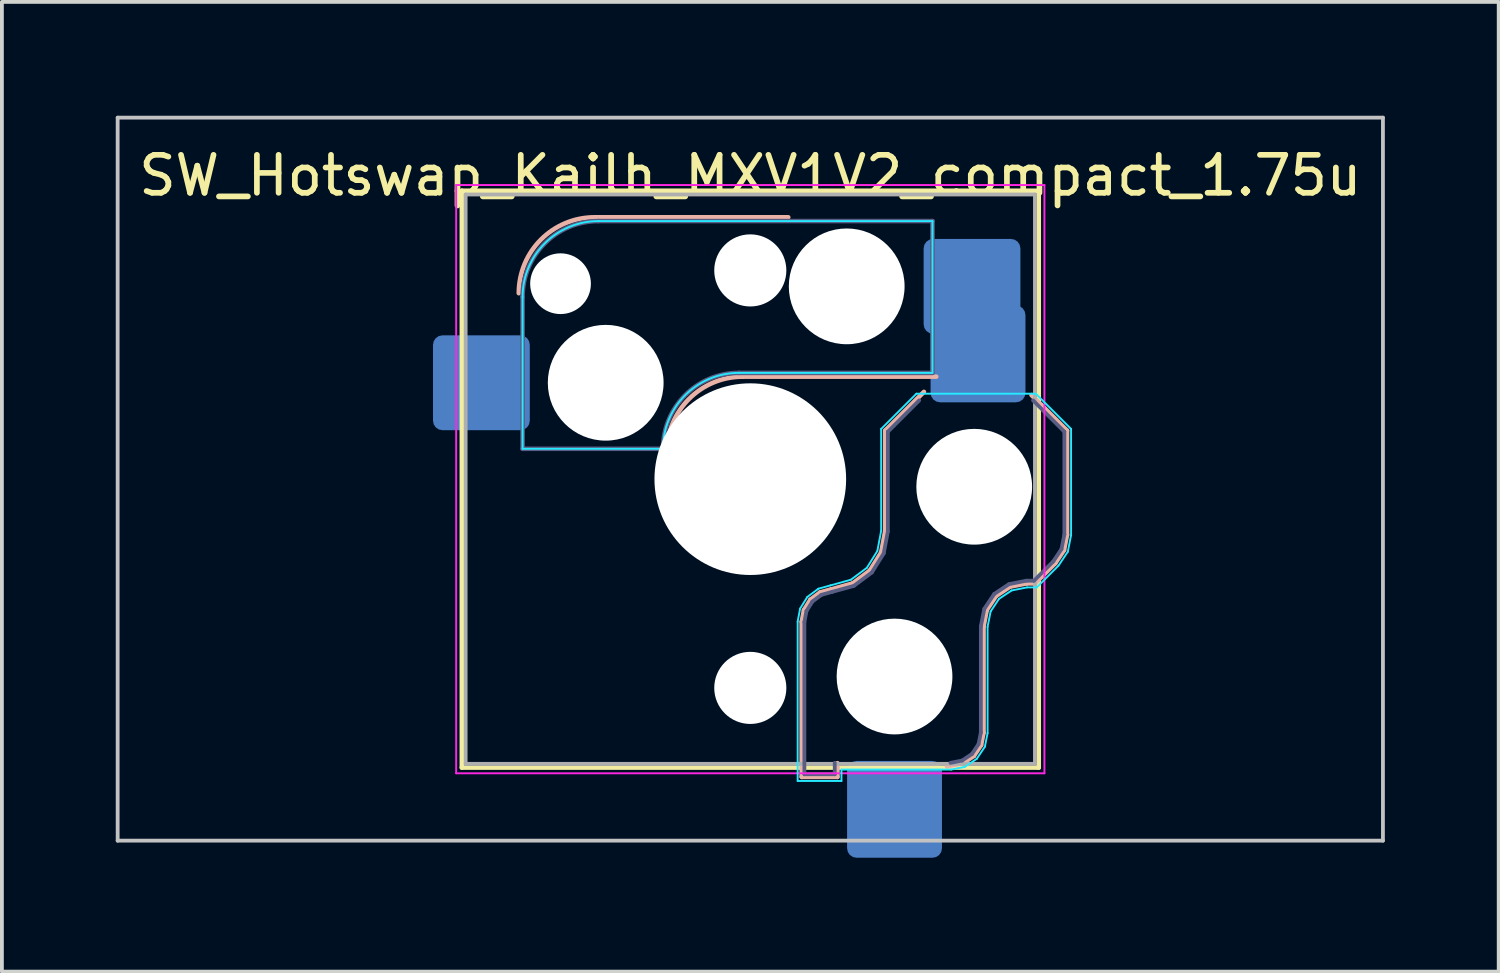
<source format=kicad_pcb>
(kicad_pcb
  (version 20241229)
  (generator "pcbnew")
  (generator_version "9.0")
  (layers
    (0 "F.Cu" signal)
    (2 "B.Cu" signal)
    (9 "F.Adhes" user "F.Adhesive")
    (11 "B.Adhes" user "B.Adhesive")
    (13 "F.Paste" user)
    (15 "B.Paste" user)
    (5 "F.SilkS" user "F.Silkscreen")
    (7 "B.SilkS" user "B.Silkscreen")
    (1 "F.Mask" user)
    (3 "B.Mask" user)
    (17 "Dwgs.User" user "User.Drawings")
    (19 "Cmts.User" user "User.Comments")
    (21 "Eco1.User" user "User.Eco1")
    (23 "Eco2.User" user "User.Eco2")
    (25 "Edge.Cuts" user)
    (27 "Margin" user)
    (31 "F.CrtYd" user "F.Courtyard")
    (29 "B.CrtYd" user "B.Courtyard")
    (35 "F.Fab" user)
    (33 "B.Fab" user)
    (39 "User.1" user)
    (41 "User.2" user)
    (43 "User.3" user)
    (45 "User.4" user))
  (footprint "SW_Hotswap_Kailh_MXV1V2_compact_1.75u"
    (layer "F.Cu")
    (at 16.719 9.575)
    (property "Reference" "SW_Hotswap_Kailh_MXV1V2_compact_1.75u" (at 0 -8 0) (layer "F.SilkS") (effects (font (size 1 1) (thickness 0.15))))
    (attr smd)
    (fp_line (start -7.6 -7.6) (end -7.6 7.6) (stroke (width 0.12) (type solid)) (layer "F.SilkS"))
    (fp_line (start -7.6 7.6) (end 7.6 7.6) (stroke (width 0.12) (type solid)) (layer "F.SilkS"))
    (fp_line (start 7.6 -7.6) (end -7.6 -7.6) (stroke (width 0.12) (type solid)) (layer "F.SilkS"))
    (fp_line (start 7.6 7.6) (end 7.6 -7.6) (stroke (width 0.12) (type solid)) (layer "F.SilkS"))
    (fp_line (start -4.1 -6.9) (end 1 -6.9) (stroke (width 0.12) (type solid)) (layer "B.SilkS"))
    (fp_line (start -0.2 -2.7) (end 4.9 -2.7) (stroke (width 0.12) (type solid)) (layer "B.SilkS"))
    (fp_line (start 1.354 3.76) (end 1.413 3.45) (stroke (width 0.12) (type solid)) (layer "B.SilkS"))
    (fp_line (start 1.354 7.846) (end 1.354 3.76) (stroke (width 0.12) (type solid)) (layer "B.SilkS"))
    (fp_line (start 1.413 3.45) (end 1.583 3.176) (stroke (width 0.12) (type solid)) (layer "B.SilkS"))
    (fp_line (start 1.583 3.176) (end 1.841 2.983) (stroke (width 0.12) (type solid)) (layer "B.SilkS"))
    (fp_line (start 1.841 2.983) (end 2.139 2.901) (stroke (width 0.12) (type solid)) (layer "B.SilkS"))
    (fp_line (start 2.139 2.901) (end 2.697 2.747) (stroke (width 0.12) (type solid)) (layer "B.SilkS"))
    (fp_line (start 2.296 7.483) (end 2.296 7.846) (stroke (width 0.12) (type solid)) (layer "B.SilkS"))
    (fp_line (start 2.296 7.846) (end 1.354 7.846) (stroke (width 0.12) (type solid)) (layer "B.SilkS"))
    (fp_line (start 2.697 2.747) (end 3.15 2.409) (stroke (width 0.12) (type solid)) (layer "B.SilkS"))
    (fp_line (start 3.15 2.409) (end 3.449 1.93) (stroke (width 0.12) (type solid)) (layer "B.SilkS"))
    (fp_line (start 3.449 1.93) (end 3.554 1.368) (stroke (width 0.12) (type solid)) (layer "B.SilkS"))
    (fp_line (start 3.554 -1.279) (end 4.575 -2.3) (stroke (width 0.12) (type solid)) (layer "B.SilkS"))
    (fp_line (start 3.554 1.368) (end 3.554 -1.279) (stroke (width 0.12) (type solid)) (layer "B.SilkS"))
    (fp_line (start 5.609 7.481) (end 5.182 7.566) (stroke (width 0.12) (type solid)) (layer "B.SilkS"))
    (fp_line (start 5.892 7.292) (end 5.609 7.481) (stroke (width 0.12) (type solid)) (layer "B.SilkS"))
    (fp_line (start 6.081 7.009) (end 5.892 7.292) (stroke (width 0.12) (type solid)) (layer "B.SilkS"))
    (fp_line (start 6.146 3.882) (end 6.146 6.682) (stroke (width 0.12) (type solid)) (layer "B.SilkS"))
    (fp_line (start 6.146 6.682) (end 6.081 7.009) (stroke (width 0.12) (type solid)) (layer "B.SilkS"))
    (fp_line (start 6.233 3.444) (end 6.146 3.882) (stroke (width 0.12) (type solid)) (layer "B.SilkS"))
    (fp_line (start 6.477 3.077) (end 6.233 3.444) (stroke (width 0.12) (type solid)) (layer "B.SilkS"))
    (fp_line (start 6.844 2.833) (end 6.477 3.077) (stroke (width 0.12) (type solid)) (layer "B.SilkS"))
    (fp_line (start 7.282 2.746) (end 6.844 2.833) (stroke (width 0.12) (type solid)) (layer "B.SilkS"))
    (fp_line (start 7.409 -2.216) (end 8.346 -1.279) (stroke (width 0.12) (type solid)) (layer "B.SilkS"))
    (fp_line (start 7.504 2.746) (end 7.282 2.746) (stroke (width 0.12) (type solid)) (layer "B.SilkS"))
    (fp_line (start 8.037 2.213) (end 7.504 2.746) (stroke (width 0.12) (type solid)) (layer "B.SilkS"))
    (fp_line (start 8.266 1.871) (end 8.037 2.213) (stroke (width 0.12) (type solid)) (layer "B.SilkS"))
    (fp_line (start 8.346 -1.279) (end 8.346 1.468) (stroke (width 0.12) (type solid)) (layer "B.SilkS"))
    (fp_line (start 8.346 1.468) (end 8.266 1.871) (stroke (width 0.12) (type solid)) (layer "B.SilkS"))
    (fp_arc (start -6.1 -4.9) (mid -5.514214 -6.314214) (end -4.1 -6.9) (stroke (width 0.12) (type solid)) (layer "B.SilkS"))
    (fp_arc (start -2.2 -0.7) (mid -1.614214 -2.114214) (end -0.2 -2.7) (stroke (width 0.12) (type solid)) (layer "B.SilkS"))
    (fp_line (start -16.669 -9.525) (end -16.669 9.525) (stroke (width 0.1) (type solid)) (layer "Dwgs.User"))
    (fp_line (start -16.669 9.525) (end 16.669 9.525) (stroke (width 0.1) (type solid)) (layer "Dwgs.User"))
    (fp_line (start 16.669 -9.525) (end -16.669 -9.525) (stroke (width 0.1) (type solid)) (layer "Dwgs.User"))
    (fp_line (start 16.669 9.525) (end 16.669 -9.525) (stroke (width 0.1) (type solid)) (layer "Dwgs.User"))
    (fp_line (start -6 -0.8) (end -6 -4.8) (stroke (width 0.05) (type solid)) (layer "B.CrtYd"))
    (fp_line (start -6 -0.8) (end -2.3 -0.8) (stroke (width 0.05) (type solid)) (layer "B.CrtYd"))
    (fp_line (start -4 -6.8) (end 4.8 -6.8) (stroke (width 0.05) (type solid)) (layer "B.CrtYd"))
    (fp_line (start -0.3 -2.8) (end 4.8 -2.8) (stroke (width 0.05) (type solid)) (layer "B.CrtYd"))
    (fp_line (start 1.248 3.75) (end 1.312 3.411) (stroke (width 0.05) (type solid)) (layer "B.CrtYd"))
    (fp_line (start 1.248 7.952) (end 1.248 3.75) (stroke (width 0.05) (type solid)) (layer "B.CrtYd"))
    (fp_line (start 1.312 3.411) (end 1.503 3.103) (stroke (width 0.05) (type solid)) (layer "B.CrtYd"))
    (fp_line (start 1.503 3.103) (end 1.794 2.887) (stroke (width 0.05) (type solid)) (layer "B.CrtYd"))
    (fp_line (start 1.794 2.887) (end 2.111 2.799) (stroke (width 0.05) (type solid)) (layer "B.CrtYd"))
    (fp_line (start 2.111 2.799) (end 2.65 2.65) (stroke (width 0.05) (type solid)) (layer "B.CrtYd"))
    (fp_line (start 2.402 7.652) (end 2.402 7.952) (stroke (width 0.05) (type solid)) (layer "B.CrtYd"))
    (fp_line (start 2.402 7.952) (end 1.248 7.952) (stroke (width 0.05) (type solid)) (layer "B.CrtYd"))
    (fp_line (start 2.65 2.65) (end 3.071 2.336) (stroke (width 0.05) (type solid)) (layer "B.CrtYd"))
    (fp_line (start 3.071 2.336) (end 3.348 1.891) (stroke (width 0.05) (type solid)) (layer "B.CrtYd"))
    (fp_line (start 3.348 1.891) (end 3.448 1.359) (stroke (width 0.05) (type solid)) (layer "B.CrtYd"))
    (fp_line (start 3.448 -1.323) (end 4.377 -2.252) (stroke (width 0.05) (type solid)) (layer "B.CrtYd"))
    (fp_line (start 3.448 1.359) (end 3.448 -1.323) (stroke (width 0.05) (type solid)) (layer "B.CrtYd"))
    (fp_line (start 4.377 -2.252) (end 7.523 -2.252) (stroke (width 0.05) (type solid)) (layer "B.CrtYd"))
    (fp_line (start 4.8 -6.8) (end 4.8 -2.8) (stroke (width 0.05) (type solid)) (layer "B.CrtYd"))
    (fp_line (start 5.292 7.652) (end 2.402 7.652) (stroke (width 0.05) (type solid)) (layer "B.CrtYd"))
    (fp_line (start 5.65 7.581) (end 5.292 7.652) (stroke (width 0.05) (type solid)) (layer "B.CrtYd"))
    (fp_line (start 5.968 7.368) (end 5.65 7.581) (stroke (width 0.05) (type solid)) (layer "B.CrtYd"))
    (fp_line (start 6.181 7.05) (end 5.968 7.368) (stroke (width 0.05) (type solid)) (layer "B.CrtYd"))
    (fp_line (start 6.252 3.892) (end 6.252 6.692) (stroke (width 0.05) (type solid)) (layer "B.CrtYd"))
    (fp_line (start 6.252 6.692) (end 6.181 7.05) (stroke (width 0.05) (type solid)) (layer "B.CrtYd"))
    (fp_line (start 6.333 3.485) (end 6.252 3.892) (stroke (width 0.05) (type solid)) (layer "B.CrtYd"))
    (fp_line (start 6.553 3.153) (end 6.333 3.485) (stroke (width 0.05) (type solid)) (layer "B.CrtYd"))
    (fp_line (start 6.885 2.933) (end 6.553 3.153) (stroke (width 0.05) (type solid)) (layer "B.CrtYd"))
    (fp_line (start 7.292 2.852) (end 6.885 2.933) (stroke (width 0.05) (type solid)) (layer "B.CrtYd"))
    (fp_line (start 7.523 -2.252) (end 8.452 -1.323) (stroke (width 0.05) (type solid)) (layer "B.CrtYd"))
    (fp_line (start 7.548 2.852) (end 7.292 2.852) (stroke (width 0.05) (type solid)) (layer "B.CrtYd"))
    (fp_line (start 8.119 2.281) (end 7.548 2.852) (stroke (width 0.05) (type solid)) (layer "B.CrtYd"))
    (fp_line (start 8.366 1.912) (end 8.119 2.281) (stroke (width 0.05) (type solid)) (layer "B.CrtYd"))
    (fp_line (start 8.452 -1.323) (end 8.452 1.478) (stroke (width 0.05) (type solid)) (layer "B.CrtYd"))
    (fp_line (start 8.452 1.478) (end 8.366 1.912) (stroke (width 0.05) (type solid)) (layer "B.CrtYd"))
    (fp_arc (start -6 -4.8) (mid -5.414214 -6.214214) (end -4 -6.8) (stroke (width 0.05) (type solid)) (layer "B.CrtYd"))
    (fp_arc (start -2.3 -0.8) (mid -1.714214 -2.214214) (end -0.3 -2.8) (stroke (width 0.05) (type solid)) (layer "B.CrtYd"))
    (fp_line (start -7.75 -7.75) (end -7.75 7.75) (stroke (width 0.05) (type solid)) (layer "F.CrtYd"))
    (fp_line (start -7.75 7.75) (end 7.75 7.75) (stroke (width 0.05) (type solid)) (layer "F.CrtYd"))
    (fp_line (start 7.75 -7.75) (end -7.75 -7.75) (stroke (width 0.05) (type solid)) (layer "F.CrtYd"))
    (fp_line (start 7.75 7.75) (end 7.75 -7.75) (stroke (width 0.05) (type solid)) (layer "F.CrtYd"))
    (fp_line (start -6 -0.8) (end -6 -4.8) (stroke (width 0.12) (type solid)) (layer "B.Fab"))
    (fp_line (start -6 -0.8) (end -2.3 -0.8) (stroke (width 0.12) (type solid)) (layer "B.Fab"))
    (fp_line (start -4 -6.8) (end 4.8 -6.8) (stroke (width 0.12) (type solid)) (layer "B.Fab"))
    (fp_line (start -0.3 -2.8) (end 4.8 -2.8) (stroke (width 0.12) (type solid)) (layer "B.Fab"))
    (fp_line (start 1.425 3.767) (end 1.48 3.476) (stroke (width 0.1) (type solid)) (layer "B.Fab"))
    (fp_line (start 1.425 7.775) (end 1.425 3.767) (stroke (width 0.1) (type solid)) (layer "B.Fab"))
    (fp_line (start 1.48 3.476) (end 1.636 3.225) (stroke (width 0.1) (type solid)) (layer "B.Fab"))
    (fp_line (start 1.636 3.225) (end 1.873 3.048) (stroke (width 0.1) (type solid)) (layer "B.Fab"))
    (fp_line (start 1.873 3.048) (end 2.158 2.969) (stroke (width 0.1) (type solid)) (layer "B.Fab"))
    (fp_line (start 2.158 2.969) (end 2.729 2.812) (stroke (width 0.1) (type solid)) (layer "B.Fab"))
    (fp_line (start 2.225 7.475) (end 2.225 7.775) (stroke (width 0.1) (type solid)) (layer "B.Fab"))
    (fp_line (start 2.225 7.775) (end 1.425 7.775) (stroke (width 0.1) (type solid)) (layer "B.Fab"))
    (fp_line (start 2.729 2.812) (end 3.203 2.458) (stroke (width 0.1) (type solid)) (layer "B.Fab"))
    (fp_line (start 3.203 2.458) (end 3.516 1.956) (stroke (width 0.1) (type solid)) (layer "B.Fab"))
    (fp_line (start 3.516 1.956) (end 3.625 1.375) (stroke (width 0.1) (type solid)) (layer "B.Fab"))
    (fp_line (start 3.625 -1.25) (end 4.45 -2.075) (stroke (width 0.1) (type solid)) (layer "B.Fab"))
    (fp_line (start 3.625 1.375) (end 3.625 -1.25) (stroke (width 0.1) (type solid)) (layer "B.Fab"))
    (fp_line (start 4.8 -6.8) (end 4.8 -2.8) (stroke (width 0.12) (type solid)) (layer "B.Fab"))
    (fp_line (start 5.581 7.414) (end 5.275 7.475) (stroke (width 0.1) (type solid)) (layer "B.Fab"))
    (fp_line (start 5.841 7.241) (end 5.581 7.414) (stroke (width 0.1) (type solid)) (layer "B.Fab"))
    (fp_line (start 6.014 6.981) (end 5.841 7.241) (stroke (width 0.1) (type solid)) (layer "B.Fab"))
    (fp_line (start 6.075 3.875) (end 6.075 6.675) (stroke (width 0.1) (type solid)) (layer "B.Fab"))
    (fp_line (start 6.075 6.675) (end 6.014 6.981) (stroke (width 0.1) (type solid)) (layer "B.Fab"))
    (fp_line (start 6.166 3.416) (end 6.075 3.875) (stroke (width 0.1) (type solid)) (layer "B.Fab"))
    (fp_line (start 6.426 3.026) (end 6.166 3.416) (stroke (width 0.1) (type solid)) (layer "B.Fab"))
    (fp_line (start 6.816 2.766) (end 6.426 3.026) (stroke (width 0.1) (type solid)) (layer "B.Fab"))
    (fp_line (start 7.275 2.675) (end 6.816 2.766) (stroke (width 0.1) (type solid)) (layer "B.Fab"))
    (fp_line (start 7.45 -2.075) (end 8.275 -1.25) (stroke (width 0.1) (type solid)) (layer "B.Fab"))
    (fp_line (start 7.475 2.675) (end 7.275 2.675) (stroke (width 0.1) (type solid)) (layer "B.Fab"))
    (fp_line (start 7.982 2.168) (end 7.475 2.675) (stroke (width 0.1) (type solid)) (layer "B.Fab"))
    (fp_line (start 8.199 1.843) (end 7.982 2.168) (stroke (width 0.1) (type solid)) (layer "B.Fab"))
    (fp_line (start 8.275 -1.25) (end 8.275 1.461) (stroke (width 0.1) (type solid)) (layer "B.Fab"))
    (fp_line (start 8.275 1.461) (end 8.199 1.843) (stroke (width 0.1) (type solid)) (layer "B.Fab"))
    (fp_arc (start -6 -4.8) (mid -5.414214 -6.214214) (end -4 -6.8) (stroke (width 0.12) (type solid)) (layer "B.Fab"))
    (fp_arc (start -2.3 -0.8) (mid -1.714214 -2.214214) (end -0.3 -2.8) (stroke (width 0.12) (type solid)) (layer "B.Fab"))
    (fp_line (start -7.5 -7.5) (end -7.5 7.5) (stroke (width 0.1) (type solid)) (layer "F.Fab"))
    (fp_line (start -7.5 7.5) (end 7.5 7.5) (stroke (width 0.1) (type solid)) (layer "F.Fab"))
    (fp_line (start 7.5 -7.5) (end -7.5 -7.5) (stroke (width 0.1) (type solid)) (layer "F.Fab"))
    (fp_line (start 7.5 7.5) (end 7.5 -7.5) (stroke (width 0.1) (type solid)) (layer "F.Fab"))
    (pad "" np_thru_hole circle (at -5 -5.15) (size 1.6 1.6) (drill 1.6) (layers "*.Cu" "*.Mask"))
    (pad "" np_thru_hole circle (at -3.81 -2.54) (size 3.05 3.05) (drill 3.05) (layers "*.Cu" "*.Mask"))
    (pad "" np_thru_hole circle (at 0 -5.5 270) (size 1.9 1.9) (drill 1.9) (layers "*.Cu" "*.Mask"))
    (pad "" np_thru_hole circle (at 0 0 270) (size 5.05 5.05) (drill 5.05) (layers "*.Cu" "*.Mask"))
    (pad "" np_thru_hole circle (at 0 5.5 270) (size 1.9 1.9) (drill 1.9) (layers "*.Cu" "*.Mask"))
    (pad "" np_thru_hole circle (at 2.54 -5.08) (size 3.05 3.05) (drill 3.05) (layers "*.Cu" "*.Mask"))
    (pad "" np_thru_hole circle (at 3.8 5.2 270) (size 3.05 3.05) (drill 3.05) (layers "*.Cu" "*.Mask"))
    (pad "" np_thru_hole circle (at 5.9 0.2 270) (size 3.05 3.05) (drill 3.05) (layers "*.Cu" "*.Mask"))
    (pad "1" smd roundrect (at 5.842 -5.08) (size 2.55 2.5) (layers "B.Cu" "B.Mask" "B.Paste") (roundrect_rratio 0.1))
    (pad "1" smd roundrect (at 6 -3.3 270) (size 2.55 2.5) (layers "B.Cu" "B.Mask" "B.Paste") (roundrect_rratio 0.1))
    (pad "2" smd roundrect (at -7.085 -2.54) (size 2.55 2.5) (layers "B.Cu" "B.Mask" "B.Paste") (roundrect_rratio 0.1))
    (pad "2" smd roundrect (at 3.8 8.7 270) (size 2.55 2.5) (layers "B.Cu" "B.Mask" "B.Paste") (roundrect_rratio 0.1)))
  (gr_rect
    (start -3 -3)
    (end 36.438 22.55)
    (stroke (width 0.1) (type default))
    (fill no)
    (layer "Edge.Cuts")))
</source>
